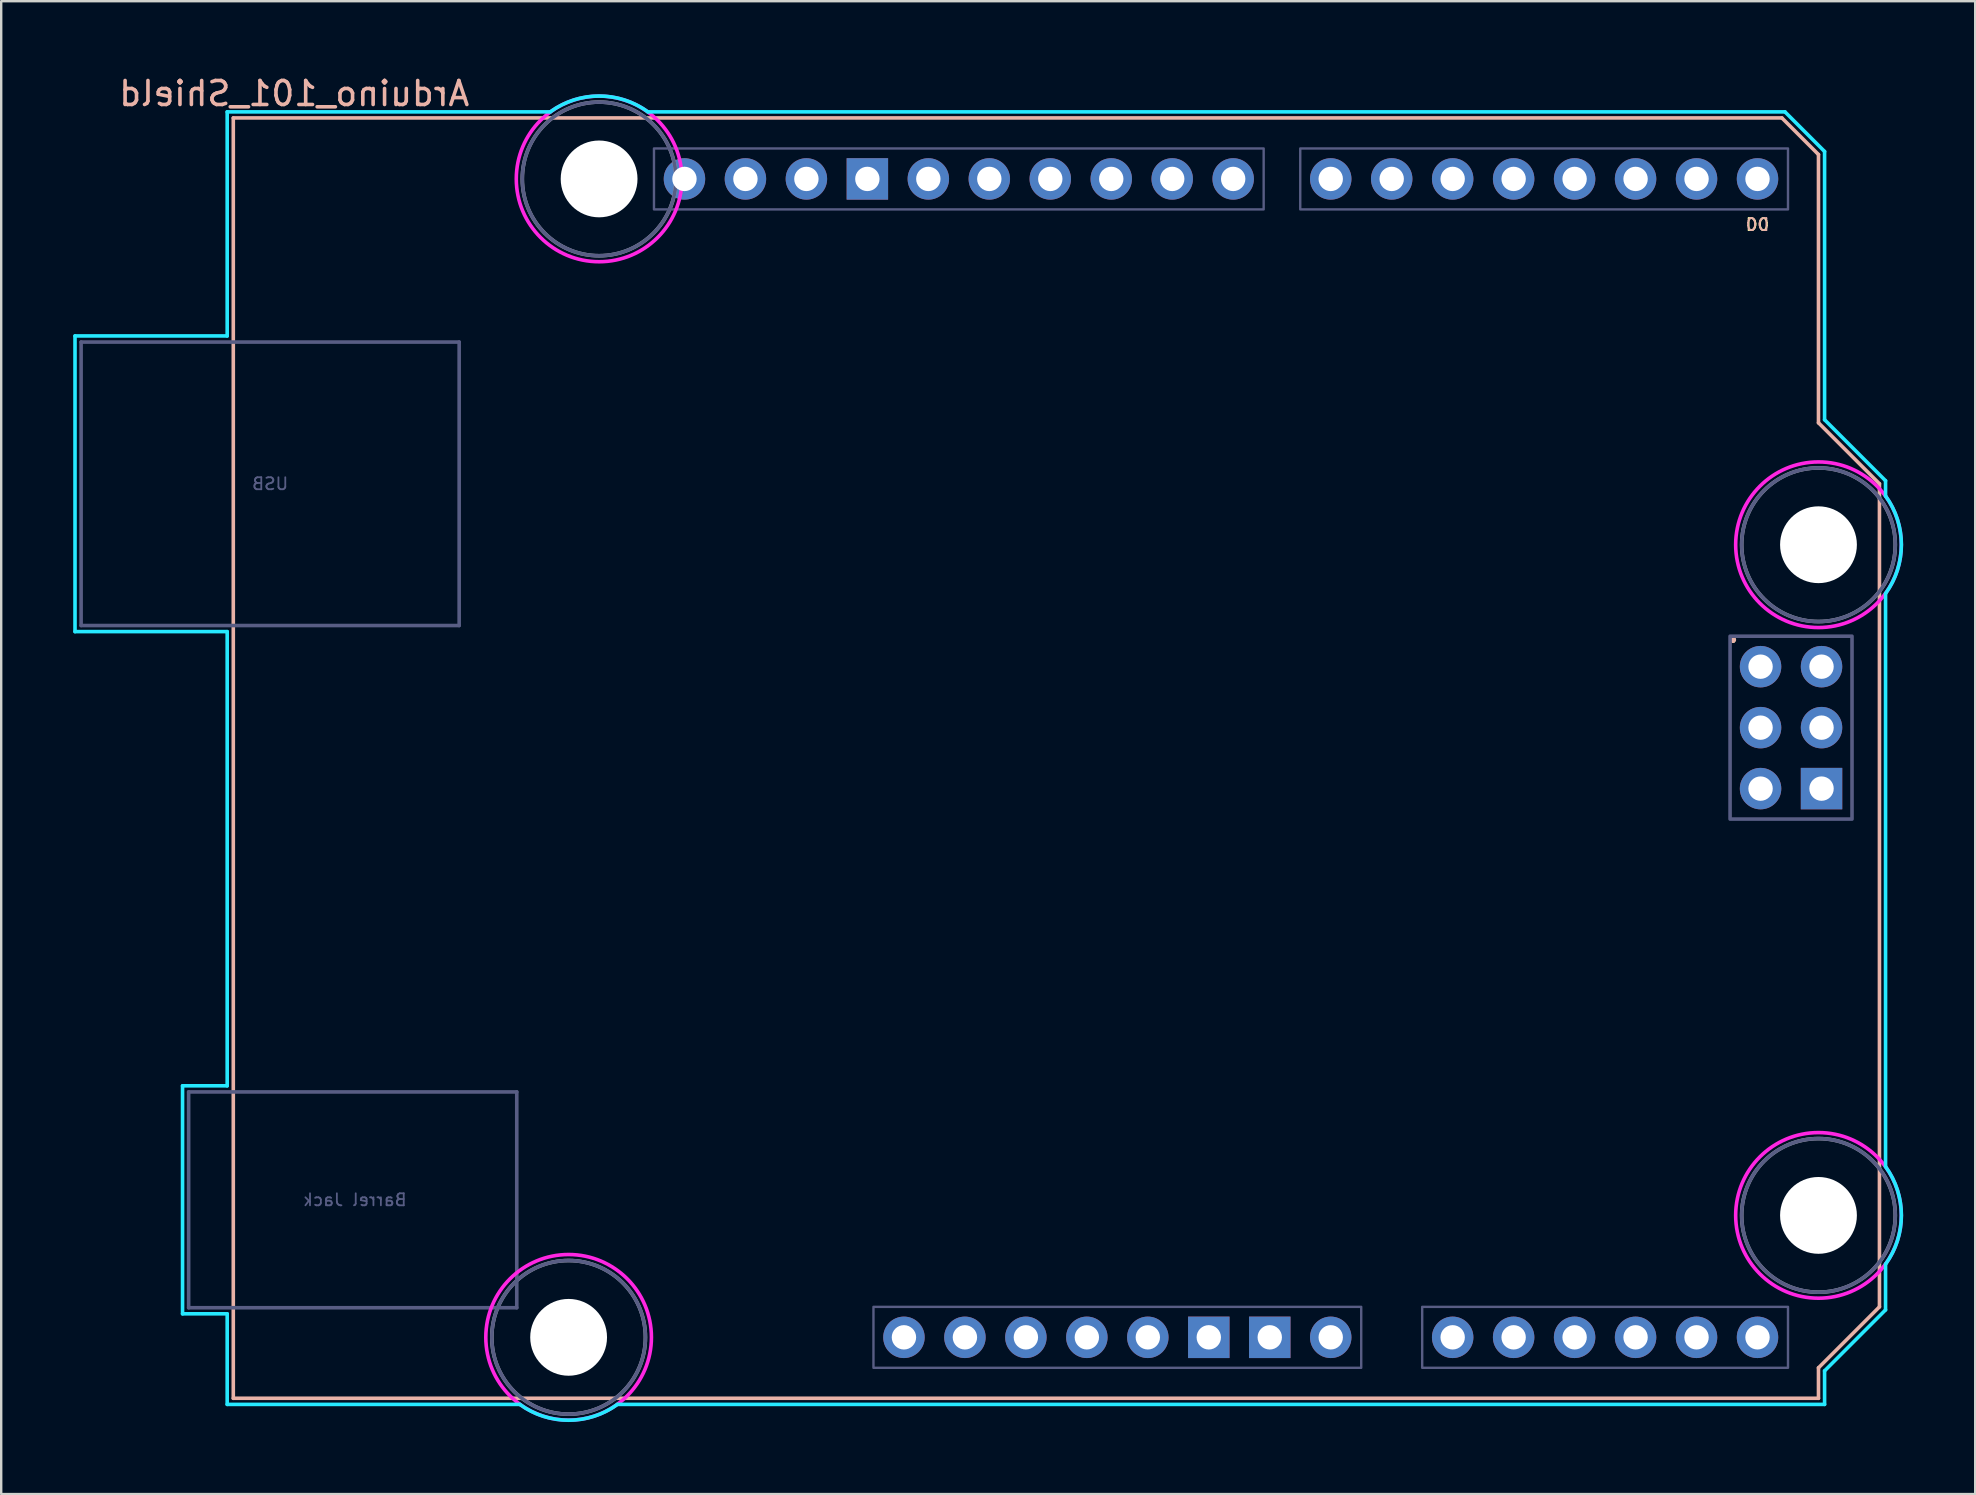
<source format=kicad_pcb>
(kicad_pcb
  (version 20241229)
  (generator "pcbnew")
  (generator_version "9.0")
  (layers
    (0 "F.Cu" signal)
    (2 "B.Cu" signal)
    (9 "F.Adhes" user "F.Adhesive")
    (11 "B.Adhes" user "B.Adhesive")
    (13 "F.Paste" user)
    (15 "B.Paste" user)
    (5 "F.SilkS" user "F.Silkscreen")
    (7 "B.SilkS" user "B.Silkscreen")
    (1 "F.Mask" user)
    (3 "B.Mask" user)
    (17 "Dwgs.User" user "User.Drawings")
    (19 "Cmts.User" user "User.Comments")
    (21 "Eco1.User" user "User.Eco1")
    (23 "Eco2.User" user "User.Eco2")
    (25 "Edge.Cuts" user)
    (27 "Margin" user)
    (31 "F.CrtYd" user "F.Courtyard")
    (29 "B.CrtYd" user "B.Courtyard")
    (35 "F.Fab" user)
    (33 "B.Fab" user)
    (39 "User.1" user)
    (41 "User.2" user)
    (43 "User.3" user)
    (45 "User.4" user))
  (footprint "Arduino_101_Shield"
    (layer "F.Cu")
    (at 6.669 55.204)
    (property "Reference" "Arduino_101_Shield" (at 2.54 -54.356 0) (layer "B.SilkS") (effects (font (size 1 1) (thickness 0.15)) (justify mirror)))
    (attr through_hole)
    (fp_line (start 0 -53.34) (end 0 0) (stroke (width 0.15) (type solid)) (layer "B.SilkS"))
    (fp_line (start 0 -53.34) (end 64.516 -53.34) (stroke (width 0.15) (type solid)) (layer "B.SilkS"))
    (fp_line (start 0 0) (end 66.04 0) (stroke (width 0.15) (type solid)) (layer "B.SilkS"))
    (fp_line (start 64.516 -53.34) (end 66.04 -51.816) (stroke (width 0.15) (type solid)) (layer "B.SilkS"))
    (fp_line (start 66.04 -40.64) (end 66.04 -51.816) (stroke (width 0.15) (type solid)) (layer "B.SilkS"))
    (fp_line (start 66.04 -1.27) (end 68.58 -3.81) (stroke (width 0.15) (type solid)) (layer "B.SilkS"))
    (fp_line (start 66.04 0) (end 66.04 -1.27) (stroke (width 0.15) (type solid)) (layer "B.SilkS"))
    (fp_line (start 68.58 -38.1) (end 66.04 -40.64) (stroke (width 0.15) (type solid)) (layer "B.SilkS"))
    (fp_line (start 68.58 -3.81) (end 68.58 -38.1) (stroke (width 0.15) (type solid)) (layer "B.SilkS"))
    (fp_line (start -6.594 -44.258) (end -0.254 -44.258) (stroke (width 0.15) (type solid)) (layer "B.CrtYd"))
    (fp_line (start -6.594 -31.94) (end -6.594 -44.258) (stroke (width 0.15) (type solid)) (layer "B.CrtYd"))
    (fp_line (start -2.114 -13.018) (end -2.114 -3.519) (stroke (width 0.15) (type solid)) (layer "B.CrtYd"))
    (fp_line (start -2.114 -13.018) (end -0.254 -13.018) (stroke (width 0.15) (type solid)) (layer "B.CrtYd"))
    (fp_line (start -2.114 -3.519) (end -0.254 -3.519) (stroke (width 0.15) (type solid)) (layer "B.CrtYd"))
    (fp_line (start -0.254 -53.594) (end -0.254 -44.258) (stroke (width 0.15) (type solid)) (layer "B.CrtYd"))
    (fp_line (start -0.254 -31.94) (end -6.594 -31.94) (stroke (width 0.15) (type solid)) (layer "B.CrtYd"))
    (fp_line (start -0.254 -31.94) (end -0.254 -13.018) (stroke (width 0.15) (type solid)) (layer "B.CrtYd"))
    (fp_line (start -0.254 -3.519) (end -0.254 0.254) (stroke (width 0.15) (type solid)) (layer "B.CrtYd"))
    (fp_line (start 11.938 0.254) (end -0.254 0.254) (stroke (width 0.15) (type solid)) (layer "B.CrtYd"))
    (fp_line (start 13.208 -53.594) (end -0.254 -53.594) (stroke (width 0.15) (type solid)) (layer "B.CrtYd"))
    (fp_line (start 16.002 0.254) (end 66.294 0.254) (stroke (width 0.15) (type solid)) (layer "B.CrtYd"))
    (fp_line (start 17.272 -53.594) (end 64.643 -53.594) (stroke (width 0.15) (type solid)) (layer "B.CrtYd"))
    (fp_line (start 64.643 -53.594) (end 66.294 -51.943) (stroke (width 0.15) (type solid)) (layer "B.CrtYd"))
    (fp_line (start 66.294 -40.767) (end 66.294 -51.943) (stroke (width 0.15) (type solid)) (layer "B.CrtYd"))
    (fp_line (start 66.294 -1.143) (end 68.834 -3.683) (stroke (width 0.15) (type solid)) (layer "B.CrtYd"))
    (fp_line (start 66.294 0.254) (end 66.294 -1.143) (stroke (width 0.15) (type solid)) (layer "B.CrtYd"))
    (fp_line (start 68.834 -38.227) (end 66.294 -40.767) (stroke (width 0.15) (type solid)) (layer "B.CrtYd"))
    (fp_line (start 68.834 -38.227) (end 68.834 -37.592) (stroke (width 0.15) (type solid)) (layer "B.CrtYd"))
    (fp_line (start 68.834 -9.652) (end 68.834 -33.528) (stroke (width 0.15) (type solid)) (layer "B.CrtYd"))
    (fp_line (start 68.834 -5.588) (end 68.834 -3.683) (stroke (width 0.15) (type solid)) (layer "B.CrtYd"))
    (fp_arc (start 13.208 -53.594) (mid 15.24 -54.254237) (end 17.272 -53.594) (stroke (width 0.15) (type solid)) (layer "B.CrtYd"))
    (fp_arc (start 16.002 0.254) (mid 13.97 0.914237) (end 11.938 0.254) (stroke (width 0.15) (type solid)) (layer "B.CrtYd"))
    (fp_arc (start 68.834 -37.592) (mid 69.494238 -35.56) (end 68.834 -33.528) (stroke (width 0.15) (type solid)) (layer "B.CrtYd"))
    (fp_arc (start 68.834 -9.652) (mid 69.494238 -7.62) (end 68.834 -5.588) (stroke (width 0.15) (type solid)) (layer "B.CrtYd"))
    (fp_circle (center 13.97 -2.54) (end 17.42 -2.54) (stroke (width 0.15) (type solid)) (fill no) (layer "F.CrtYd"))
    (fp_circle (center 15.24 -50.8) (end 18.69 -50.8) (stroke (width 0.15) (type solid)) (fill no) (layer "F.CrtYd"))
    (fp_circle (center 66.04 -35.56) (end 69.49 -35.56) (stroke (width 0.15) (type solid)) (fill no) (layer "F.CrtYd"))
    (fp_circle (center 66.04 -7.62) (end 69.49 -7.62) (stroke (width 0.15) (type solid)) (fill no) (layer "F.CrtYd"))
    (fp_line (start -6.34 -44.004) (end 9.41 -44.004) (stroke (width 0.15) (type solid)) (layer "B.Fab"))
    (fp_line (start -6.34 -32.194) (end -6.34 -44.004) (stroke (width 0.15) (type solid)) (layer "B.Fab"))
    (fp_line (start -6.34 -32.194) (end 9.41 -32.194) (stroke (width 0.15) (type solid)) (layer "B.Fab"))
    (fp_line (start -1.86 -12.764) (end -1.86 -3.773) (stroke (width 0.15) (type solid)) (layer "B.Fab"))
    (fp_line (start -1.86 -12.764) (end 11.81 -12.764) (stroke (width 0.15) (type solid)) (layer "B.Fab"))
    (fp_line (start -1.86 -3.773) (end 11.81 -3.773) (stroke (width 0.15) (type solid)) (layer "B.Fab"))
    (fp_line (start 9.41 -32.194) (end 9.41 -44.004) (stroke (width 0.15) (type solid)) (layer "B.Fab"))
    (fp_line (start 11.81 -12.764) (end 11.81 -3.773) (stroke (width 0.15) (type solid)) (layer "B.Fab"))
    (fp_rect (start 17.526 -52.07) (end 42.926 -49.53) (stroke (width 0.1) (type solid)) (fill no) (layer "B.Fab"))
    (fp_rect (start 26.67 -3.81) (end 46.99 -1.27) (stroke (width 0.1) (type solid)) (fill no) (layer "B.Fab"))
    (fp_rect (start 44.45 -52.07) (end 64.77 -49.53) (stroke (width 0.1) (type solid)) (fill no) (layer "B.Fab"))
    (fp_rect (start 49.53 -3.81) (end 64.77 -1.27) (stroke (width 0.1) (type solid)) (fill no) (layer "B.Fab"))
    (fp_rect (start 62.357 -31.75) (end 67.437 -24.13) (stroke (width 0.15) (type solid)) (fill no) (layer "B.Fab"))
    (fp_circle (center 13.97 -2.54) (end 17.17 -2.54) (stroke (width 0.15) (type solid)) (fill no) (layer "B.Fab"))
    (fp_circle (center 15.24 -50.8) (end 18.44 -50.8) (stroke (width 0.15) (type solid)) (fill no) (layer "B.Fab"))
    (fp_circle (center 66.04 -35.56) (end 69.24 -35.56) (stroke (width 0.15) (type solid)) (fill no) (layer "B.Fab"))
    (fp_circle (center 66.04 -7.62) (end 69.24 -7.62) (stroke (width 0.15) (type solid)) (fill no) (layer "B.Fab"))
    (fp_circle (center 13.97 -2.54) (end 17.17 -2.54) (stroke (width 0.15) (type solid)) (fill no) (layer "F.Fab"))
    (fp_circle (center 15.24 -50.8) (end 18.44 -50.8) (stroke (width 0.15) (type solid)) (fill no) (layer "F.Fab"))
    (fp_circle (center 66.04 -35.56) (end 69.24 -35.56) (stroke (width 0.15) (type solid)) (fill no) (layer "F.Fab"))
    (fp_circle (center 66.04 -7.62) (end 69.24 -7.62) (stroke (width 0.15) (type solid)) (fill no) (layer "F.Fab"))
    (fp_text user "D0" (at 63.5 -48.895 0) (unlocked yes) (layer "F.SilkS") (effects (font (size 0.5 0.5) (thickness 0.075))))
    (fp_text user "." (at 62.484 -32.004 0) (layer "F.SilkS") (effects (font (size 1 1) (thickness 0.15))))
    (fp_text user "." (at 62.484 -32.004 0) (layer "B.SilkS") (effects (font (size 1 1) (thickness 0.15))))
    (fp_text user "D0" (at 63.5 -48.895 0) (unlocked yes) (layer "B.SilkS") (effects (font (size 0.5 0.5) (thickness 0.075)) (justify mirror)))
    (fp_text user "USB" (at 1.535 -38.099 0) (layer "B.Fab") (effects (font (size 0.5 0.5) (thickness 0.075)) (justify mirror)))
    (fp_text user "Barrel Jack" (at 5.065 -8.268 0) (layer "B.Fab") (effects (font (size 0.5 0.5) (thickness 0.075)) (justify mirror)))
    (pad "" np_thru_hole circle (at 13.97 -2.54) (size 3.2 3.2) (drill 3.2) (layers "*.Cu" "*.Mask"))
    (pad "" np_thru_hole circle (at 15.24 -50.8) (size 3.2 3.2) (drill 3.2) (layers "*.Cu" "*.Mask"))
    (pad "" np_thru_hole circle (at 66.04 -35.56) (size 3.2 3.2) (drill 3.2) (layers "*.Cu" "*.Mask"))
    (pad "" np_thru_hole circle (at 66.04 -7.62) (size 3.2 3.2) (drill 3.2) (layers "*.Cu" "*.Mask"))
    (pad "3V3" thru_hole oval (at 35.56 -2.54) (size 1.727 1.727) (drill 1.016) (layers "*.Cu" "*.Mask"))
    (pad "5V1" thru_hole oval (at 38.1 -2.54) (size 1.727 1.727) (drill 1.016) (layers "*.Cu" "*.Mask"))
    (pad "5V2" thru_hole oval (at 66.167 -30.48) (size 1.727 1.727) (drill 1.016) (layers "*.Cu" "*.Mask"))
    (pad "A0" thru_hole oval (at 50.8 -2.54) (size 1.727 1.727) (drill 1.016) (layers "*.Cu" "*.Mask"))
    (pad "A1" thru_hole oval (at 53.34 -2.54) (size 1.727 1.727) (drill 1.016) (layers "*.Cu" "*.Mask"))
    (pad "A2" thru_hole oval (at 55.88 -2.54) (size 1.727 1.727) (drill 1.016) (layers "*.Cu" "*.Mask"))
    (pad "A3" thru_hole oval (at 58.42 -2.54) (size 1.727 1.727) (drill 1.016) (layers "*.Cu" "*.Mask"))
    (pad "A4" thru_hole oval (at 60.96 -2.54) (size 1.727 1.727) (drill 1.016) (layers "*.Cu" "*.Mask"))
    (pad "A5" thru_hole oval (at 63.5 -2.54) (size 1.727 1.727) (drill 1.016) (layers "*.Cu" "*.Mask"))
    (pad "AREF" thru_hole oval (at 23.876 -50.8) (size 1.727 1.727) (drill 1.016) (layers "*.Cu" "*.Mask"))
    (pad "ATN" thru_hole oval (at 27.94 -2.54) (size 1.727 1.727) (drill 1.016) (layers "*.Cu" "*.Mask"))
    (pad "D0" thru_hole oval (at 63.5 -50.8) (size 1.727 1.727) (drill 1.016) (layers "*.Cu" "*.Mask"))
    (pad "D1" thru_hole oval (at 60.96 -50.8) (size 1.727 1.727) (drill 1.016) (layers "*.Cu" "*.Mask"))
    (pad "D2" thru_hole oval (at 58.42 -50.8) (size 1.727 1.727) (drill 1.016) (layers "*.Cu" "*.Mask"))
    (pad "D3" thru_hole oval (at 55.88 -50.8) (size 1.727 1.727) (drill 1.016) (layers "*.Cu" "*.Mask"))
    (pad "D4" thru_hole oval (at 53.34 -50.8) (size 1.727 1.727) (drill 1.016) (layers "*.Cu" "*.Mask"))
    (pad "D5" thru_hole oval (at 50.8 -50.8) (size 1.727 1.727) (drill 1.016) (layers "*.Cu" "*.Mask"))
    (pad "D6" thru_hole oval (at 48.26 -50.8) (size 1.727 1.727) (drill 1.016) (layers "*.Cu" "*.Mask"))
    (pad "D7" thru_hole oval (at 45.72 -50.8) (size 1.727 1.727) (drill 1.016) (layers "*.Cu" "*.Mask"))
    (pad "D8" thru_hole oval (at 41.656 -50.8) (size 1.727 1.727) (drill 1.016) (layers "*.Cu" "*.Mask"))
    (pad "D9" thru_hole oval (at 39.116 -50.8) (size 1.727 1.727) (drill 1.016) (layers "*.Cu" "*.Mask"))
    (pad "D10" thru_hole oval (at 36.576 -50.8) (size 1.727 1.727) (drill 1.016) (layers "*.Cu" "*.Mask"))
    (pad "D11" thru_hole oval (at 34.036 -50.8) (size 1.727 1.727) (drill 1.016) (layers "*.Cu" "*.Mask"))
    (pad "D12" thru_hole oval (at 31.496 -50.8) (size 1.727 1.727) (drill 1.016) (layers "*.Cu" "*.Mask"))
    (pad "D13" thru_hole oval (at 28.956 -50.8) (size 1.727 1.727) (drill 1.016) (layers "*.Cu" "*.Mask"))
    (pad "GND1" thru_hole rect (at 26.416 -50.8) (size 1.727 1.727) (drill 1.016) (layers "*.Cu" "*.Mask"))
    (pad "GND2" thru_hole rect (at 40.64 -2.54) (size 1.727 1.727) (drill 1.016) (layers "*.Cu" "*.Mask"))
    (pad "GND3" thru_hole rect (at 43.18 -2.54) (size 1.727 1.727) (drill 1.016) (layers "*.Cu" "*.Mask"))
    (pad "GND4" thru_hole rect (at 66.167 -25.4) (size 1.727 1.727) (drill 1.016) (layers "*.Cu" "*.Mask"))
    (pad "IORF" thru_hole oval (at 30.48 -2.54) (size 1.727 1.727) (drill 1.016) (layers "*.Cu" "*.Mask"))
    (pad "MISO" thru_hole oval (at 63.627 -30.48) (size 1.727 1.727) (drill 1.016) (layers "*.Cu" "*.Mask"))
    (pad "MOSI" thru_hole oval (at 66.167 -27.94) (size 1.727 1.727) (drill 1.016) (layers "*.Cu" "*.Mask"))
    (pad "RST1" thru_hole oval (at 33.02 -2.54) (size 1.727 1.727) (drill 1.016) (layers "*.Cu" "*.Mask"))
    (pad "RST2" thru_hole oval (at 63.627 -25.4) (size 1.727 1.727) (drill 1.016) (layers "*.Cu" "*.Mask"))
    (pad "SCK" thru_hole oval (at 63.627 -27.94) (size 1.727 1.727) (drill 1.016) (layers "*.Cu" "*.Mask"))
    (pad "SCL" thru_hole oval (at 18.796 -50.8) (size 1.727 1.727) (drill 1.016) (layers "*.Cu" "*.Mask"))
    (pad "SDA" thru_hole oval (at 21.336 -50.8) (size 1.727 1.727) (drill 1.016) (layers "*.Cu" "*.Mask"))
    (pad "VIN" thru_hole oval (at 45.72 -2.54) (size 1.727 1.727) (drill 1.016) (layers "*.Cu" "*.Mask")))
  (gr_rect
    (start -3 -3)
    (end 79.238 59.193)
    (stroke (width 0.1) (type default))
    (fill no)
    (layer "Edge.Cuts")))
</source>
